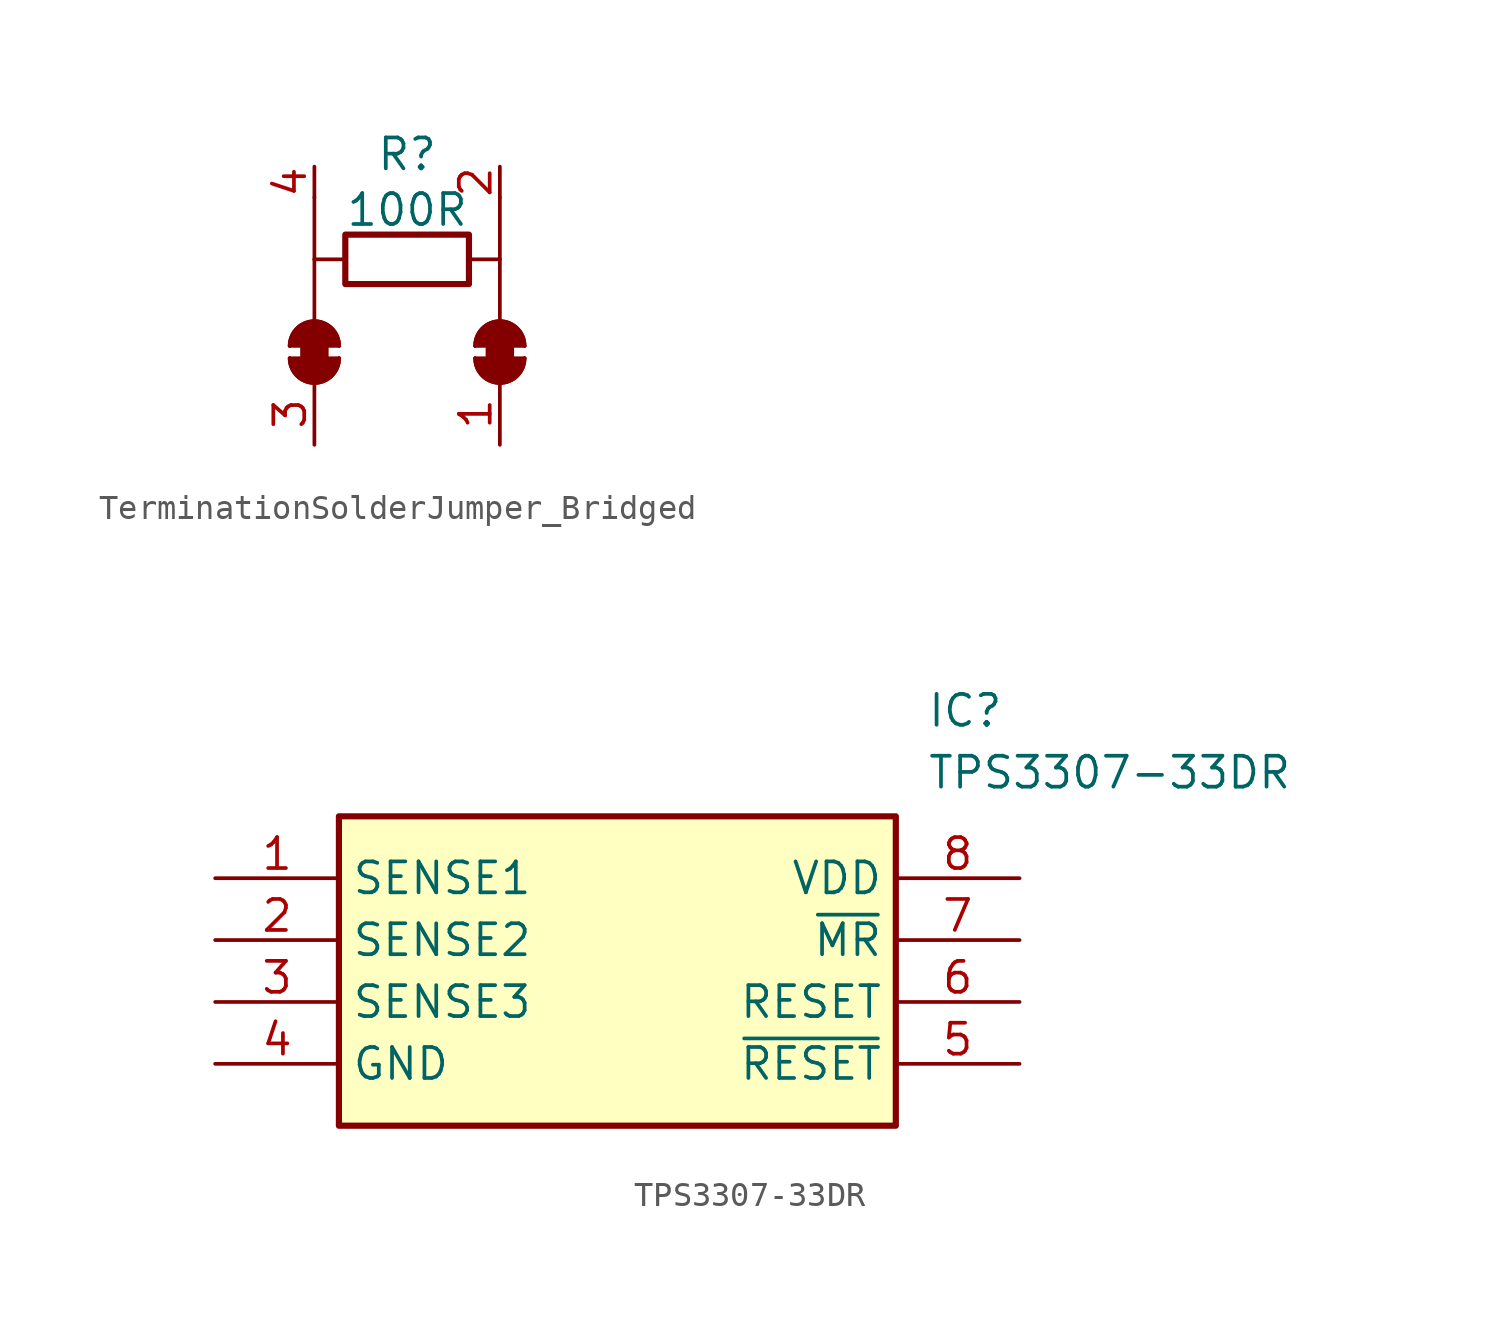
<source format=kicad_sym>
(kicad_symbol_lib
  (version 20241209)
  (generator "kicad_symbol_editor")
  (generator_version "9.0")
  (symbol "TerminationSolderJumper_Bridged"
    (pin_names
      (offset 0)
      (hide yes))
    (property "Reference" "R"
      (at 0 4.318 0)
      (effects (font (size 1.27 1.27))))
    (property "Value" "100R"
      (at 0 2.032 0)
      (effects (font (size 1.27 1.27))))
    (symbol "TerminationSolderJumper_Bridged_0_1"
      (polyline (pts (xy -4.826 -3.556) (xy -2.794 -3.556)) (stroke (width 0) (type default)) (fill (type none)))
      (polyline (pts (xy -4.826 -4.064) (xy -2.794 -4.064)) (stroke (width 0) (type default)) (fill (type none)))
      (rectangle (start -4.318 -4.318) (end -3.302 -3.302) (stroke (width 0) (type default)) (fill (type outline)))
      (polyline (pts (xy -3.81 2.54) (xy -3.81 0)) (stroke (width 0) (type default)) (fill (type none)))
      (polyline (pts (xy -3.81 0) (xy -2.54 0)) (stroke (width 0) (type default)) (fill (type none)))
      (polyline (pts (xy -3.81 -2.54) (xy -3.81 0)) (stroke (width 0) (type default)) (fill (type none)))
      (arc (start -4.826 -3.556) (mid -3.81 -2.5444) (end -2.794 -3.556) (stroke (width 0) (type default)) (fill (type none)))
      (arc (start -4.826 -3.556) (mid -3.81 -2.5444) (end -2.794 -3.556) (stroke (width 0) (type default)) (fill (type outline)))
      (arc (start -2.794 -4.064) (mid -3.81 -5.0756) (end -4.826 -4.064) (stroke (width 0) (type default)) (fill (type none)))
      (arc (start -2.794 -4.064) (mid -3.81 -5.0756) (end -4.826 -4.064) (stroke (width 0) (type default)) (fill (type outline)))
      (rectangle (start 2.54 -1.016) (end -2.54 1.016) (stroke (width 0.254) (type default)) (fill (type none)))
      (polyline (pts (xy 2.794 -3.556) (xy 4.826 -3.556)) (stroke (width 0) (type default)) (fill (type none)))
      (polyline (pts (xy 2.794 -4.064) (xy 4.826 -4.064)) (stroke (width 0) (type default)) (fill (type none)))
      (rectangle (start 3.302 -4.318) (end 4.318 -3.302) (stroke (width 0) (type default)) (fill (type outline)))
      (polyline (pts (xy 3.81 2.54) (xy 3.81 0)) (stroke (width 0) (type default)) (fill (type none)))
      (polyline (pts (xy 3.81 0) (xy 2.54 0)) (stroke (width 0) (type default)) (fill (type none)))
      (polyline (pts (xy 3.81 -2.54) (xy 3.81 0)) (stroke (width 0) (type default)) (fill (type none)))
      (arc (start 2.794 -3.556) (mid 3.81 -2.5444) (end 4.826 -3.556) (stroke (width 0) (type default)) (fill (type none)))
      (arc (start 2.794 -3.556) (mid 3.81 -2.5444) (end 4.826 -3.556) (stroke (width 0) (type default)) (fill (type outline)))
      (arc (start 4.826 -4.064) (mid 3.81 -5.0756) (end 2.794 -4.064) (stroke (width 0) (type default)) (fill (type none)))
      (arc (start 4.826 -4.064) (mid 3.81 -5.0756) (end 2.794 -4.064) (stroke (width 0) (type default)) (fill (type outline))))
    (symbol "TerminationSolderJumper_Bridged_1_1"
      (pin passive line (at -3.81 3.81 270) (length 1.27) (name "~" (effects (font (size 1.27 1.27)))) (number "4" (effects (font (size 1.27 1.27)))))
      (pin passive line (at -3.81 -7.62 90) (length 2.54) (name "A" (effects (font (size 1.27 1.27)))) (number "3" (effects (font (size 1.27 1.27)))))
      (pin passive line (at 3.81 3.81 270) (length 1.27) (name "~" (effects (font (size 1.27 1.27)))) (number "2" (effects (font (size 1.27 1.27)))))
      (pin passive line (at 3.81 -7.62 90) (length 2.54) (name "A" (effects (font (size 1.27 1.27)))) (number "1" (effects (font (size 1.27 1.27)))))))
  (symbol "TPS3307-33DR"
    (property "Reference" "IC"
      (at 29.21 7.62 0)
      (effects (font (size 1.27 1.27)) (justify left top)))
    (property "Value" "TPS3307-33DR"
      (at 29.21 5.08 0)
      (effects (font (size 1.27 1.27)) (justify left top)))
    (symbol "TPS3307-33DR_1_1"
      (rectangle (start 5.08 2.54) (end 27.94 -10.16) (stroke (width 0.254) (type default)) (fill (type background)))
      (pin passive line (at 0 0 0) (length 5.08) (name "SENSE1" (effects (font (size 1.27 1.27)))) (number "1" (effects (font (size 1.27 1.27)))))
      (pin passive line (at 0 -2.54 0) (length 5.08) (name "SENSE2" (effects (font (size 1.27 1.27)))) (number "2" (effects (font (size 1.27 1.27)))))
      (pin passive line (at 0 -5.08 0) (length 5.08) (name "SENSE3" (effects (font (size 1.27 1.27)))) (number "3" (effects (font (size 1.27 1.27)))))
      (pin passive line (at 0 -7.62 0) (length 5.08) (name "GND" (effects (font (size 1.27 1.27)))) (number "4" (effects (font (size 1.27 1.27)))))
      (pin passive line (at 33.02 0 180) (length 5.08) (name "VDD" (effects (font (size 1.27 1.27)))) (number "8" (effects (font (size 1.27 1.27)))))
      (pin passive line (at 33.02 -2.54 180) (length 5.08) (name "~{MR}" (effects (font (size 1.27 1.27)))) (number "7" (effects (font (size 1.27 1.27)))))
      (pin passive line (at 33.02 -5.08 180) (length 5.08) (name "RESET" (effects (font (size 1.27 1.27)))) (number "6" (effects (font (size 1.27 1.27)))))
      (pin passive line (at 33.02 -7.62 180) (length 5.08) (name "~{RESET}" (effects (font (size 1.27 1.27)))) (number "5" (effects (font (size 1.27 1.27))))))))
</source>
